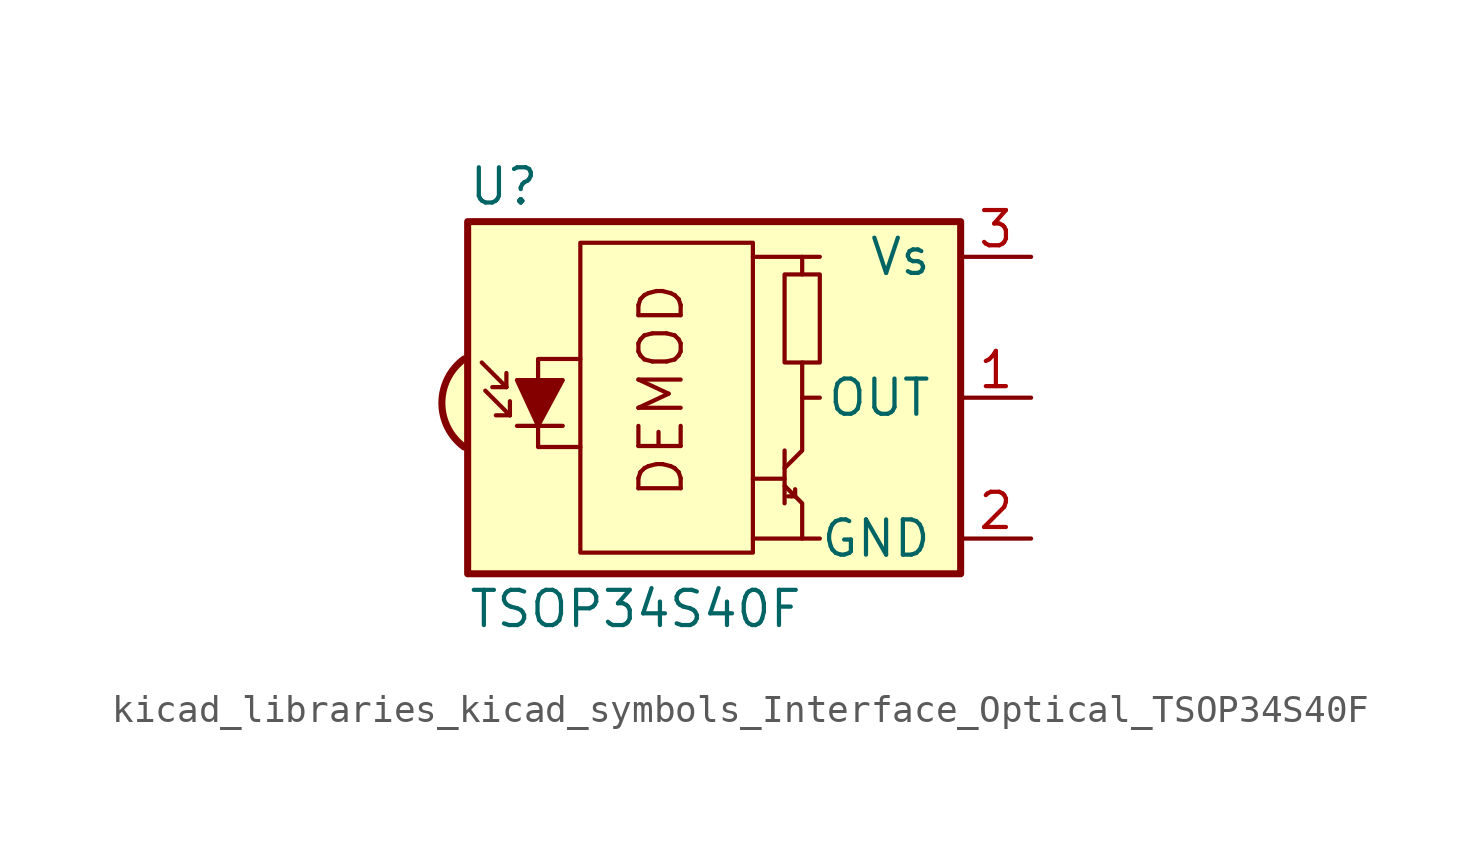
<source format=kicad_sym>
(kicad_symbol_lib
  (version 20220914)
  (generator kicad_symbol_editor)
  (symbol "kicad_libraries_kicad_symbols_Interface_Optical_TSOP34S40F"
    (pin_names
      (offset 1.016))
    (property "Reference" "U"
      (at -10.16 7.62 0)
      (effects (font (size 1.27 1.27)) (justify left)))
    (property "Value" "TSOP34S40F"
      (at -10.16 -7.62 0)
      (effects (font (size 1.27 1.27)) (justify left)))
    (symbol "kicad_libraries_kicad_symbols_Interface_Optical_TSOP34S40F_0_0"
      (arc (start -10.287 1.397) (mid -11.0899 -0.1852) (end -10.287 -1.778) (stroke (width 0.254) (type default)) (fill (type background)))
      (polyline (pts (xy 1.905 -5.08) (xy 0.127 -5.08)) (stroke (width 0) (type default)) (fill (type none)))
      (polyline (pts (xy 1.905 5.08) (xy 0.127 5.08)) (stroke (width 0) (type default)) (fill (type none)))
      (text "DEMOD" (at -3.175 0.254 900) (effects (font (size 1.524 1.524)))))
    (symbol "kicad_libraries_kicad_symbols_Interface_Optical_TSOP34S40F_0_1"
      (rectangle (start -6.096 5.588) (end 0.127 -5.588) (stroke (width 0) (type default)) (fill (type none)))
      (polyline (pts (xy -8.763 0.381) (xy -9.652 1.27)) (stroke (width 0) (type default)) (fill (type none)))
      (polyline (pts (xy -8.763 0.381) (xy -9.271 0.381)) (stroke (width 0) (type default)) (fill (type none)))
      (polyline (pts (xy -8.763 0.381) (xy -8.763 0.889)) (stroke (width 0) (type default)) (fill (type none)))
      (polyline (pts (xy -8.636 -0.635) (xy -9.525 0.254)) (stroke (width 0) (type default)) (fill (type none)))
      (polyline (pts (xy -8.636 -0.635) (xy -9.144 -0.635)) (stroke (width 0) (type default)) (fill (type none)))
      (polyline (pts (xy -8.636 -0.635) (xy -8.636 -0.127)) (stroke (width 0) (type default)) (fill (type none)))
      (polyline (pts (xy -8.382 -1.016) (xy -6.731 -1.016)) (stroke (width 0) (type default)) (fill (type none)))
      (polyline (pts (xy 1.27 -2.921) (xy 0.127 -2.921)) (stroke (width 0) (type default)) (fill (type none)))
      (polyline (pts (xy 1.27 -1.905) (xy 1.27 -3.81)) (stroke (width 0) (type default)) (fill (type none)))
      (polyline (pts (xy 1.397 -3.556) (xy 1.524 -3.556)) (stroke (width 0) (type default)) (fill (type none)))
      (polyline (pts (xy 1.651 -3.556) (xy 1.524 -3.556)) (stroke (width 0) (type default)) (fill (type none)))
      (polyline (pts (xy 1.651 -3.556) (xy 1.651 -3.302)) (stroke (width 0) (type default)) (fill (type none)))
      (polyline (pts (xy 1.905 0) (xy 1.905 1.27)) (stroke (width 0) (type default)) (fill (type none)))
      (polyline (pts (xy 1.905 4.445) (xy 1.905 5.08) (xy 2.54 5.08)) (stroke (width 0) (type default)) (fill (type none)))
      (polyline (pts (xy -8.382 0.635) (xy -6.731 0.635) (xy -7.62 -1.016) (xy -8.382 0.635)) (stroke (width 0) (type default)) (fill (type outline)))
      (polyline (pts (xy -6.096 1.397) (xy -7.62 1.397) (xy -7.62 -1.778) (xy -6.096 -1.778)) (stroke (width 0) (type default)) (fill (type none)))
      (polyline (pts (xy 1.27 -3.175) (xy 1.905 -3.81) (xy 1.905 -5.08) (xy 2.54 -5.08)) (stroke (width 0) (type default)) (fill (type none)))
      (polyline (pts (xy 1.27 -2.54) (xy 1.905 -1.905) (xy 1.905 0) (xy 2.54 0)) (stroke (width 0) (type default)) (fill (type none)))
      (rectangle (start 2.54 1.27) (end 1.27 4.445) (stroke (width 0) (type default)) (fill (type none)))
      (rectangle (start 7.62 6.35) (end -10.16 -6.35) (stroke (width 0.254) (type default)) (fill (type background))))
    (symbol "kicad_libraries_kicad_symbols_Interface_Optical_TSOP34S40F_1_1"
      (pin output line (at 10.16 0 180) (length 2.54) (name "OUT" (effects (font (size 1.27 1.27)))) (number "1" (effects (font (size 1.27 1.27)))))
      (pin power_in line (at 10.16 -5.08 180) (length 2.54) (name "GND" (effects (font (size 1.27 1.27)))) (number "2" (effects (font (size 1.27 1.27)))))
      (pin power_in line (at 10.16 5.08 180) (length 2.54) (name "Vs" (effects (font (size 1.27 1.27)))) (number "3" (effects (font (size 1.27 1.27))))))))
</source>
